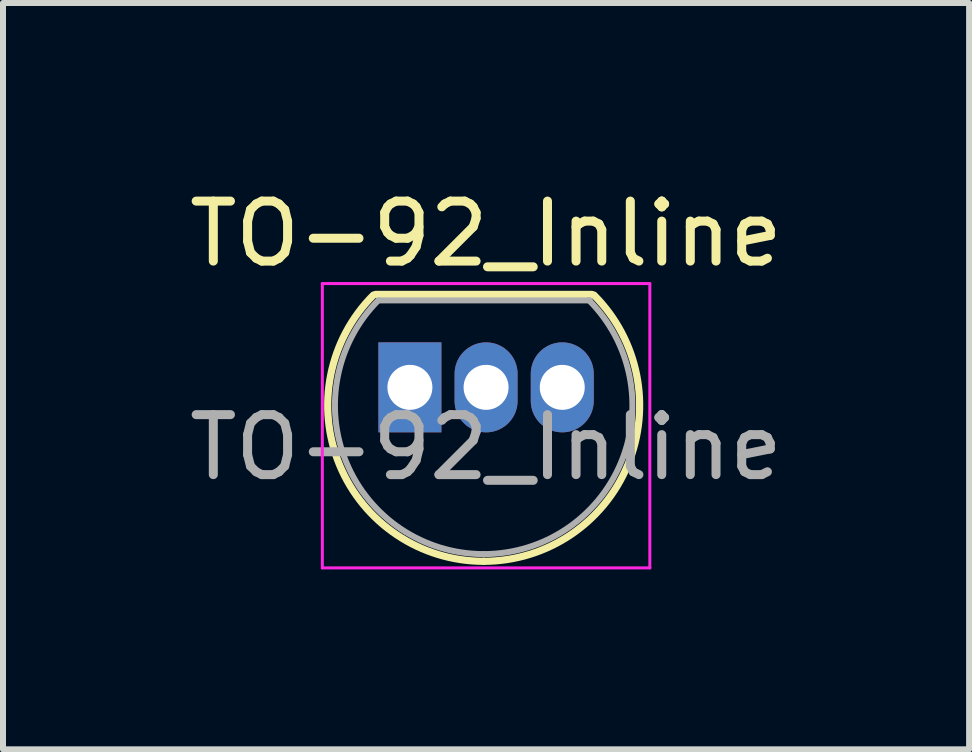
<source format=kicad_pcb>
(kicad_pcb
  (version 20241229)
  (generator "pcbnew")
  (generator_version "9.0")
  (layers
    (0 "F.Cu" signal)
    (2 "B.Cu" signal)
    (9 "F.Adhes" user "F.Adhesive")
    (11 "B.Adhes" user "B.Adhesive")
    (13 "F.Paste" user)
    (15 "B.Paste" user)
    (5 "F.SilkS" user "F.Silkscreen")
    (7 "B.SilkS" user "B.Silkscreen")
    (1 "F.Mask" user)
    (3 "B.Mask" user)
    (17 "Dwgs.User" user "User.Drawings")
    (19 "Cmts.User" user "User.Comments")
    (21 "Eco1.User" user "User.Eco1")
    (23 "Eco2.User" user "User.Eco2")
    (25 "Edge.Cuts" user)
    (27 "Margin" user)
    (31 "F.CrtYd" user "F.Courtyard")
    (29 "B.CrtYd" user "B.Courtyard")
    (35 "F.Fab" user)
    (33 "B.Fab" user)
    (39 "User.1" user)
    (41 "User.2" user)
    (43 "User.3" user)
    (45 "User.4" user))
  (footprint "TO-92_Inline"
    (layer "F.Cu")
    (at 3.784 4.408)
    (property "Reference" "TO-92_Inline" (at 1.27 -3.56 180) (layer "F.SilkS") (effects (font (size 1 1) (thickness 0.15))))
    (attr through_hole)
    (fp_line (start 3.03 -2.55) (end -0.57 -2.55) (stroke (width 0.12) (type solid)) (layer "F.SilkS"))
    (fp_arc (start 1.23 1.9) (mid -1.172087 0.294977) (end -0.608478 -2.538478) (stroke (width 0.12) (type solid)) (layer "F.SilkS"))
    (fp_arc (start 3.068478 -2.538478) (mid 3.632087 0.294977) (end 1.23 1.9) (stroke (width 0.12) (type solid)) (layer "F.SilkS"))
    (fp_line (start -1.46 -2.73) (end -1.46 2.01) (stroke (width 0.05) (type solid)) (layer "F.CrtYd"))
    (fp_line (start -1.46 -2.73) (end 4 -2.73) (stroke (width 0.05) (type solid)) (layer "F.CrtYd"))
    (fp_line (start 4 2.01) (end -1.46 2.01) (stroke (width 0.05) (type solid)) (layer "F.CrtYd"))
    (fp_line (start 4 2.01) (end 4 -2.73) (stroke (width 0.05) (type solid)) (layer "F.CrtYd"))
    (fp_line (start 3 -2.45) (end -0.5 -2.45) (stroke (width 0.1) (type solid)) (layer "F.Fab"))
    (fp_arc (start 1.23 1.78) (mid -1.061221 0.249055) (end -0.523625 -2.453625) (stroke (width 0.1) (type solid)) (layer "F.Fab"))
    (fp_arc (start 2.983625 -2.453625) (mid 3.521221 0.249055) (end 1.23 1.78) (stroke (width 0.1) (type solid)) (layer "F.Fab"))
    (fp_text user "${REFERENCE}" (at 1.27 0 180) (layer "F.Fab") (effects (font (size 1 1) (thickness 0.15))))
    (pad "1" thru_hole rect (at 0 -1) (size 1.05 1.5) (drill 0.75) (layers "*.Cu" "*.Mask"))
    (pad "2" thru_hole oval (at 1.27 -1) (size 1.05 1.5) (drill 0.75) (layers "*.Cu" "*.Mask"))
    (pad "3" thru_hole oval (at 2.54 -1) (size 1.05 1.5) (drill 0.75) (layers "*.Cu" "*.Mask")))
  (gr_rect
    (start -3 -3)
    (end 13.107 9.443)
    (stroke (width 0.1) (type default))
    (fill no)
    (layer "Edge.Cuts")))
</source>
